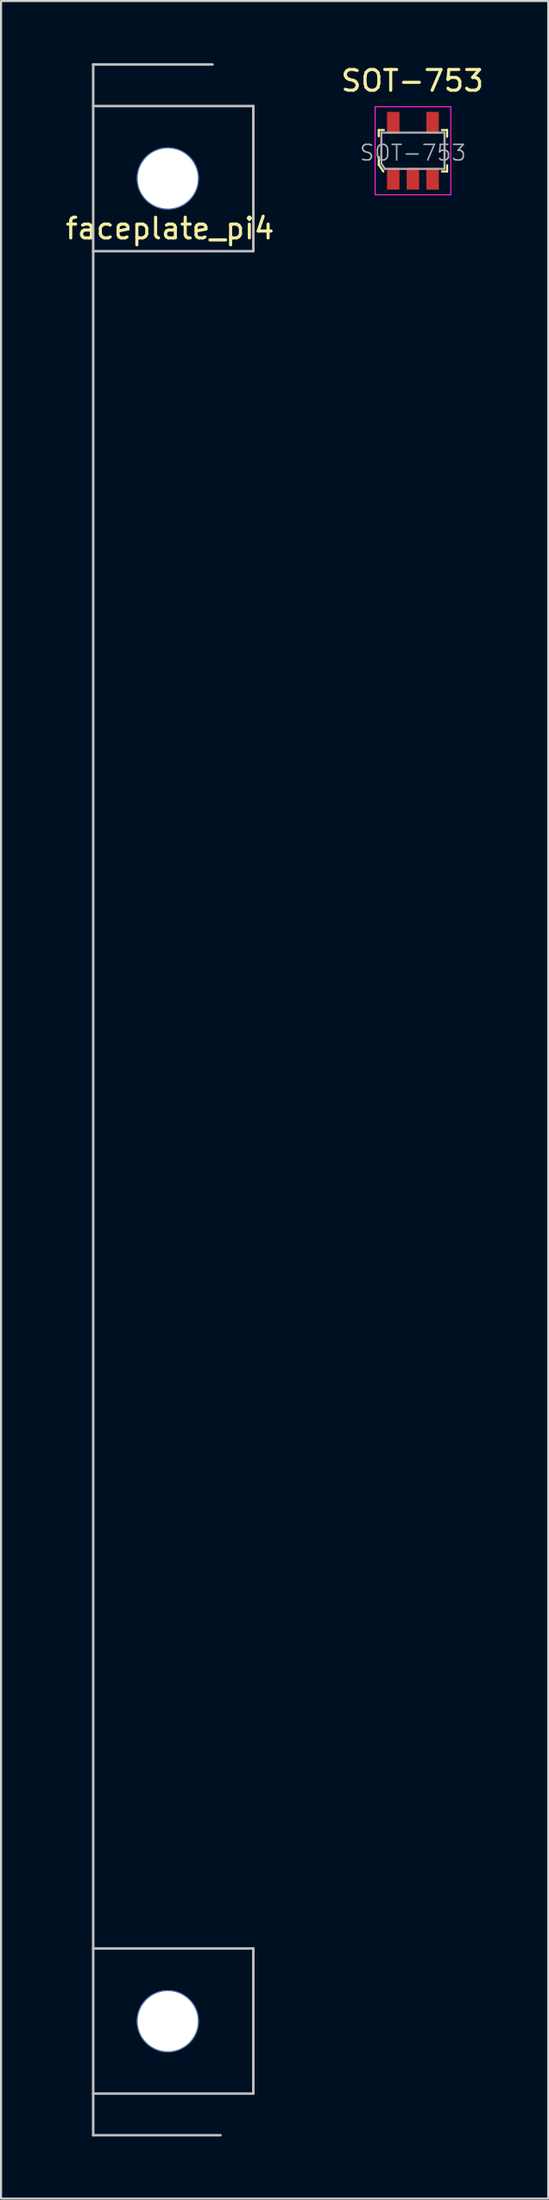
<source format=kicad_pcb>
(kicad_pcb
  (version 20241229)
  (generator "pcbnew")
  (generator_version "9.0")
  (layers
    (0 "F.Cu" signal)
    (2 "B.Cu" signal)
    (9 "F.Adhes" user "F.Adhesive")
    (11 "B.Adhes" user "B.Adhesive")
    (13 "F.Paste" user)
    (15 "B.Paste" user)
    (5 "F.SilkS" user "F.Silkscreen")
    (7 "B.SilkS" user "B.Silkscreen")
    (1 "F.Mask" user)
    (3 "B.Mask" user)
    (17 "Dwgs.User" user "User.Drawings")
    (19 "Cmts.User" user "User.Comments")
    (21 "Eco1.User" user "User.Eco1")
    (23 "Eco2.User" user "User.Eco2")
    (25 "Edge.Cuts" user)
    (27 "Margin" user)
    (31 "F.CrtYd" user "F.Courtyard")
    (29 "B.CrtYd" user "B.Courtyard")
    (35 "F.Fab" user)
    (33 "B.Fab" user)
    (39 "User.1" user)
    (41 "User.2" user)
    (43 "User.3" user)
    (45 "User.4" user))
  (footprint "SOT-753"
    (layer "F.Cu")
    (at 16.876 4.223)
    (property "Reference" "SOT-753" (at -0.025 -3.375 0) (layer "F.SilkS") (effects (font (size 1 1) (thickness 0.15))))
    (attr smd)
    (fp_line (start -1.65 -1) (end -1.65 -0.7) (stroke (width 0.1) (type solid)) (layer "F.SilkS"))
    (fp_line (start -1.65 0.675) (end -1.65 0.3) (stroke (width 0.1) (type solid)) (layer "F.SilkS"))
    (fp_line (start -1.65 0.675) (end -1.425 1) (stroke (width 0.1) (type solid)) (layer "F.SilkS"))
    (fp_line (start -1.4 -1) (end -1.65 -1) (stroke (width 0.1) (type solid)) (layer "F.SilkS"))
    (fp_line (start 1.4 -1) (end 1.65 -1) (stroke (width 0.1) (type solid)) (layer "F.SilkS"))
    (fp_line (start 1.4 1) (end 1.65 1) (stroke (width 0.1) (type solid)) (layer "F.SilkS"))
    (fp_line (start 1.65 -1) (end 1.65 -0.675) (stroke (width 0.1) (type solid)) (layer "F.SilkS"))
    (fp_line (start 1.65 1) (end 1.65 0.7) (stroke (width 0.1) (type solid)) (layer "F.SilkS"))
    (fp_line (start -1.825 -2.125) (end 1.825 -2.125) (stroke (width 0.05) (type solid)) (layer "F.CrtYd"))
    (fp_line (start -1.825 2.125) (end -1.825 -2.125) (stroke (width 0.05) (type solid)) (layer "F.CrtYd"))
    (fp_line (start 1.825 -2.125) (end 1.825 2.125) (stroke (width 0.05) (type solid)) (layer "F.CrtYd"))
    (fp_line (start 1.825 2.125) (end -1.825 2.125) (stroke (width 0.05) (type solid)) (layer "F.CrtYd"))
    (fp_line (start -1.525 -0.875) (end 1.525 -0.875) (stroke (width 0.1) (type solid)) (layer "F.Fab"))
    (fp_line (start -1.525 0.625) (end -1.525 -0.875) (stroke (width 0.1) (type solid)) (layer "F.Fab"))
    (fp_line (start -1.525 0.625) (end -1.35 0.875) (stroke (width 0.1) (type solid)) (layer "F.Fab"))
    (fp_line (start -1.35 0.875) (end 1.525 0.875) (stroke (width 0.1) (type solid)) (layer "F.Fab"))
    (fp_line (start 1.525 -0.875) (end 1.525 0.875) (stroke (width 0.1) (type solid)) (layer "F.Fab"))
    (fp_text user "${REFERENCE}" (at 0 0.1 0) (layer "F.Fab") (effects (font (size 0.75 0.75) (thickness 0.075))))
    (pad "1" smd rect (at -0.95 1.35) (size 0.6 1.05) (layers "F.Cu" "F.Mask" "F.Paste"))
    (pad "2" smd rect (at 0 1.35) (size 0.6 1.05) (layers "F.Cu" "F.Mask" "F.Paste"))
    (pad "3" smd rect (at 0.95 1.35) (size 0.6 1.05) (layers "F.Cu" "F.Mask" "F.Paste"))
    (pad "4" smd rect (at 0.95 -1.35) (size 0.6 1.05) (layers "F.Cu" "F.Mask" "F.Paste"))
    (pad "5" smd rect (at -0.95 -1.35) (size 0.6 1.05) (layers "F.Cu" "F.Mask" "F.Paste")))
  (footprint "faceplate_pi4"
    (layer "F.Cu")
    (at 5.047 5.56)
    (property "Reference" "faceplate_pi4" (at 0.102 2.413 0) (layer "F.SilkS") (effects (font (size 1 1) (thickness 0.15))))
    (attr through_hole)
    (fp_line (start -3.6 -5.5) (end -3.6 94.4) (stroke (width 0.12) (type solid)) (layer "Dwgs.User"))
    (fp_line (start -3.6 -5.5) (end 2.159 -5.5) (stroke (width 0.12) (type solid)) (layer "Dwgs.User"))
    (fp_line (start -3.6 -3.493) (end 4.128 -3.493) (stroke (width 0.12) (type solid)) (layer "Dwgs.User"))
    (fp_line (start -3.6 3.507) (end 4.128 3.507) (stroke (width 0.12) (type solid)) (layer "Dwgs.User"))
    (fp_line (start -3.6 85.392) (end 4.128 85.392) (stroke (width 0.12) (type solid)) (layer "Dwgs.User"))
    (fp_line (start -3.6 92.392) (end 4.128 92.392) (stroke (width 0.12) (type solid)) (layer "Dwgs.User"))
    (fp_line (start -3.6 94.4) (end 2.54 94.4) (stroke (width 0.12) (type solid)) (layer "Dwgs.User"))
    (fp_line (start 4.128 3.507) (end 4.128 -3.493) (stroke (width 0.12) (type solid)) (layer "Dwgs.User"))
    (fp_line (start 4.128 92.392) (end 4.128 85.392) (stroke (width 0.12) (type solid)) (layer "Dwgs.User"))
    (pad "" np_thru_hole circle (at 0 0) (size 3 3) (drill 2.9) (layers "*.Cu" "*.Mask"))
    (pad "" np_thru_hole circle (at 0 88.9) (size 3 3) (drill 2.9) (layers "*.Cu" "*.Mask")))
  (gr_rect
    (start -3 -3)
    (end 23.405 103.02)
    (stroke (width 0.1) (type default))
    (fill no)
    (layer "Edge.Cuts")))
</source>
